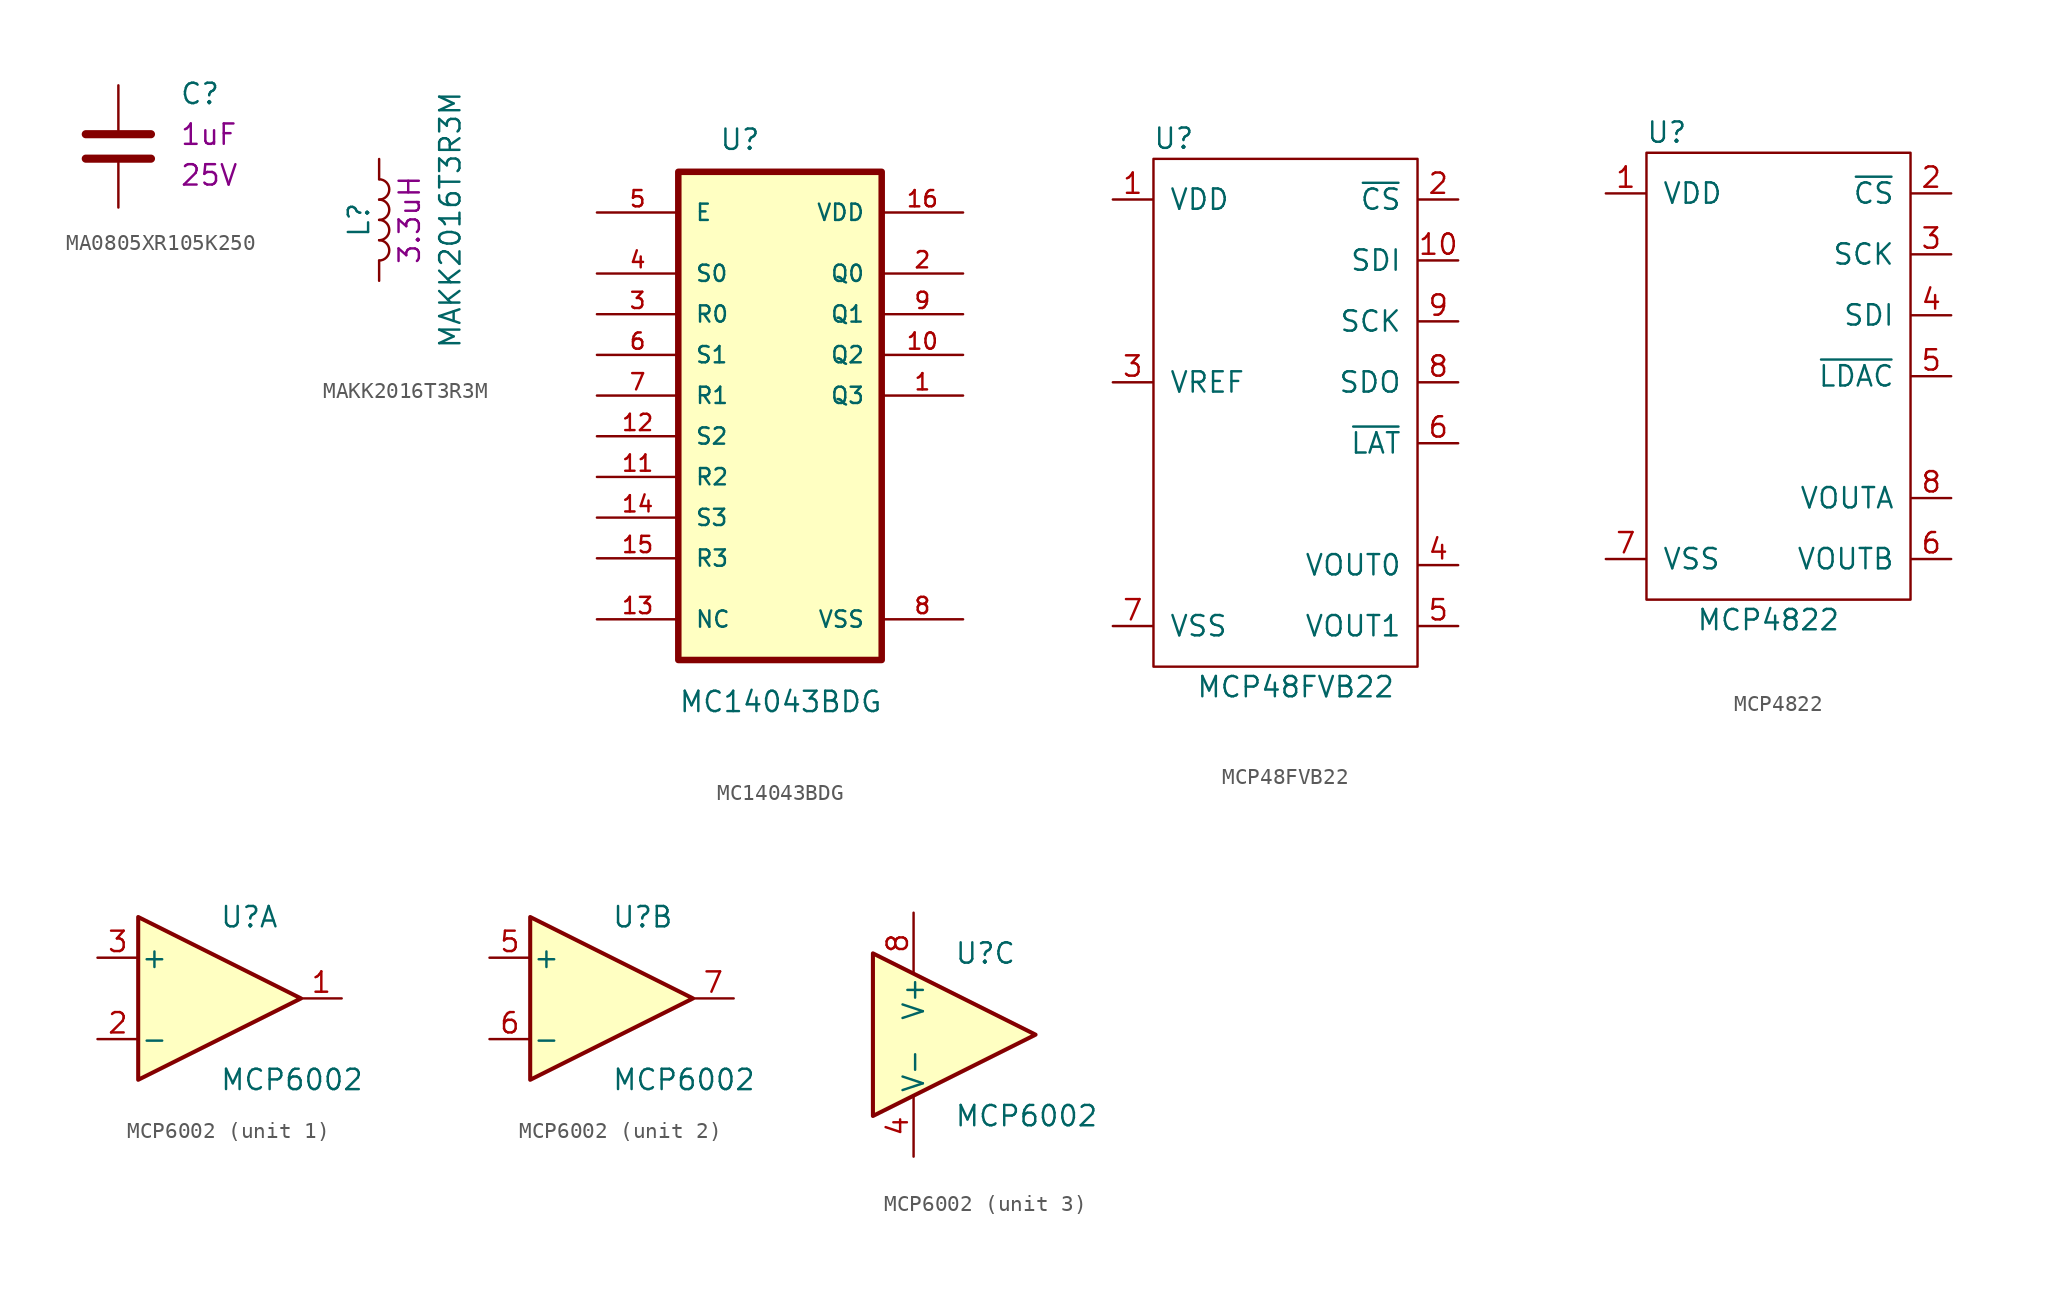
<source format=kicad_sym>
(kicad_symbol_lib
  (version 20210619)
  (generator kicad_symbol_editor)
  (symbol "custom:MA0805XR105K250"
    (pin_numbers hide)
    (pin_names
      (offset 0) hide)
    (property "Reference" "C"
      (at 3.81 2.54 0)
      (effects (font (size 1.27 1.27)) (justify left bottom)))
    (property "Capacitance" "1uF"
      (at 3.81 0 0)
      (effects (font (size 1.27 1.27)) (justify left bottom)))
    (property "Rating" "25V"
      (at 3.81 -2.54 0)
      (effects (font (size 1.27 1.27)) (justify left bottom)))
    (symbol "MA0805XR105K250_0_1"
      (polyline (pts (xy -2.032 -0.762) (xy 2.032 -0.762)) (stroke (width 0.508)) (fill (type none)))
      (polyline (pts (xy -2.032 0.762) (xy 2.032 0.762)) (stroke (width 0.508)) (fill (type none))))
    (symbol "MA0805XR105K250_1_1"
      (pin passive line (at 0 3.81 270) (length 2.794) (name "~" (effects (font (size 1.27 1.27)))) (number "1" (effects (font (size 1.27 1.27)))))
      (pin passive line (at 0 -3.81 90) (length 2.794) (name "~" (effects (font (size 1.27 1.27)))) (number "2" (effects (font (size 1.27 1.27)))))))
  (symbol "custom:MAKK2016T3R3M"
    (pin_numbers hide)
    (pin_names
      (offset 1.016) hide)
    (property "Reference" "L"
      (at -1.27 0 90)
      (effects (font (size 1.27 1.27))))
    (property "Value" "MAKK2016T3R3M"
      (at 4.445 0 90)
      (effects (font (size 1.27 1.27))))
    (property "INDUCTANCE" "3.3uH"
      (at 1.905 0 90)
      (effects (font (size 1.27 1.27))))
    (symbol "MAKK2016T3R3M_0_1"
      (arc (start 0 -2.54) (end 0 -1.27) (radius (at 0 -1.905) (length 0.635) (angles -89.9 89.9)) (stroke (width 0)) (fill (type none)))
      (arc (start 0 -1.27) (end 0 0) (radius (at 0 -0.635) (length 0.635) (angles -89.9 89.9)) (stroke (width 0)) (fill (type none)))
      (arc (start 0 0) (end 0 1.27) (radius (at 0 0.635) (length 0.635) (angles -89.9 89.9)) (stroke (width 0)) (fill (type none)))
      (arc (start 0 1.27) (end 0 2.54) (radius (at 0 1.905) (length 0.635) (angles -89.9 89.9)) (stroke (width 0)) (fill (type none))))
    (symbol "MAKK2016T3R3M_1_1"
      (pin passive line (at 0 3.81 270) (length 1.27) (name "1" (effects (font (size 1.27 1.27)))) (number "1" (effects (font (size 1.27 1.27)))))
      (pin passive line (at 0 -3.81 90) (length 1.27) (name "2" (effects (font (size 1.27 1.27)))) (number "2" (effects (font (size 1.27 1.27)))))))
  (symbol "custom:MC14043BDG"
    (pin_names
      (offset 1.016))
    (property "Reference" "U"
      (at -3.81 16.51 0)
      (effects (font (size 1.27 1.27)) (justify left bottom)))
    (property "Value" "MC14043BDG"
      (at -6.35 -18.593 0)
      (effects (font (size 1.27 1.27)) (justify left bottom)))
    (symbol "MC14043BDG_0_0"
      (rectangle (start -6.35 -15.24) (end 6.35 15.24) (stroke (width 0.406)) (fill (type background)))
      (pin output line (at 11.43 1.27 180) (length 5.08) (name "Q3" (effects (font (size 1.016 1.016)))) (number "1" (effects (font (size 1.016 1.016)))))
      (pin output line (at 11.43 3.81 180) (length 5.08) (name "Q2" (effects (font (size 1.016 1.016)))) (number "10" (effects (font (size 1.016 1.016)))))
      (pin input line (at -11.43 -3.81 0) (length 5.08) (name "R2" (effects (font (size 1.016 1.016)))) (number "11" (effects (font (size 1.016 1.016)))))
      (pin input line (at -11.43 -1.27 0) (length 5.08) (name "S2" (effects (font (size 1.016 1.016)))) (number "12" (effects (font (size 1.016 1.016)))))
      (pin bidirectional line (at -11.43 -12.7 0) (length 5.08) (name "NC" (effects (font (size 1.016 1.016)))) (number "13" (effects (font (size 1.016 1.016)))))
      (pin input line (at -11.43 -6.35 0) (length 5.08) (name "S3" (effects (font (size 1.016 1.016)))) (number "14" (effects (font (size 1.016 1.016)))))
      (pin input line (at -11.43 -8.89 0) (length 5.08) (name "R3" (effects (font (size 1.016 1.016)))) (number "15" (effects (font (size 1.016 1.016)))))
      (pin power_in line (at 11.43 12.7 180) (length 5.08) (name "VDD" (effects (font (size 1.016 1.016)))) (number "16" (effects (font (size 1.016 1.016)))))
      (pin output line (at 11.43 8.89 180) (length 5.08) (name "Q0" (effects (font (size 1.016 1.016)))) (number "2" (effects (font (size 1.016 1.016)))))
      (pin input line (at -11.43 6.35 0) (length 5.08) (name "R0" (effects (font (size 1.016 1.016)))) (number "3" (effects (font (size 1.016 1.016)))))
      (pin input line (at -11.43 8.89 0) (length 5.08) (name "S0" (effects (font (size 1.016 1.016)))) (number "4" (effects (font (size 1.016 1.016)))))
      (pin input line (at -11.43 12.7 0) (length 5.08) (name "E" (effects (font (size 1.016 1.016)))) (number "5" (effects (font (size 1.016 1.016)))))
      (pin input line (at -11.43 3.81 0) (length 5.08) (name "S1" (effects (font (size 1.016 1.016)))) (number "6" (effects (font (size 1.016 1.016)))))
      (pin input line (at -11.43 1.27 0) (length 5.08) (name "R1" (effects (font (size 1.016 1.016)))) (number "7" (effects (font (size 1.016 1.016)))))
      (pin power_in line (at 11.43 -12.7 180) (length 5.08) (name "VSS" (effects (font (size 1.016 1.016)))) (number "8" (effects (font (size 1.016 1.016)))))
      (pin output line (at 11.43 6.35 180) (length 5.08) (name "Q1" (effects (font (size 1.016 1.016)))) (number "9" (effects (font (size 1.016 1.016)))))))
  (symbol "custom:MCP48FVB22"
    (pin_names
      (offset 1.016))
    (property "Reference" "U"
      (at -7.62 15.24 0)
      (effects (font (size 1.27 1.27))))
    (property "Value" "MCP48FVB22"
      (at 0 -19.05 0)
      (effects (font (size 1.27 1.27))))
    (symbol "MCP48FVB22_0_1"
      (rectangle (start -8.89 13.97) (end 7.62 -17.78) (stroke (width 0)) (fill (type none))))
    (symbol "MCP48FVB22_1_1"
      (pin power_in line (at -11.43 11.43 0) (length 2.489) (name "VDD" (effects (font (size 1.27 1.27)))) (number "1" (effects (font (size 1.27 1.27)))))
      (pin input line (at 10.16 7.62 180) (length 2.489) (name "SDI" (effects (font (size 1.27 1.27)))) (number "10" (effects (font (size 1.27 1.27)))))
      (pin input line (at 10.16 11.43 180) (length 2.489) (name "~{CS}" (effects (font (size 1.27 1.27)))) (number "2" (effects (font (size 1.27 1.27)))))
      (pin bidirectional line (at -11.43 0 0) (length 2.489) (name "VREF" (effects (font (size 1.27 1.27)))) (number "3" (effects (font (size 1.27 1.27)))))
      (pin output line (at 10.16 -11.43 180) (length 2.489) (name "VOUT0" (effects (font (size 1.27 1.27)))) (number "4" (effects (font (size 1.27 1.27)))))
      (pin output line (at 10.16 -15.24 180) (length 2.489) (name "VOUT1" (effects (font (size 1.27 1.27)))) (number "5" (effects (font (size 1.27 1.27)))))
      (pin input line (at 10.16 -3.81 180) (length 2.489) (name "~{LAT}" (effects (font (size 1.27 1.27)))) (number "6" (effects (font (size 1.27 1.27)))))
      (pin power_in line (at -11.43 -15.24 0) (length 2.489) (name "VSS" (effects (font (size 1.27 1.27)))) (number "7" (effects (font (size 1.27 1.27)))))
      (pin output line (at 10.16 0 180) (length 2.489) (name "SDO" (effects (font (size 1.27 1.27)))) (number "8" (effects (font (size 1.27 1.27)))))
      (pin input line (at 10.16 3.81 180) (length 2.489) (name "SCK" (effects (font (size 1.27 1.27)))) (number "9" (effects (font (size 1.27 1.27)))))))
  (symbol "custom:MCP4822"
    (pin_names
      (offset 1.016))
    (property "Reference" "U"
      (at -6.35 16.51 0)
      (effects (font (size 1.27 1.27))))
    (property "Value" "MCP4822"
      (at 0 -13.97 0)
      (effects (font (size 1.27 1.27))))
    (symbol "MCP4822_0_1"
      (rectangle (start -7.62 15.24) (end 8.89 -12.7) (stroke (width 0)) (fill (type none))))
    (symbol "MCP4822_1_1"
      (pin power_in line (at -10.16 12.7 0) (length 2.489) (name "VDD" (effects (font (size 1.27 1.27)))) (number "1" (effects (font (size 1.27 1.27)))))
      (pin input line (at 11.43 12.7 180) (length 2.489) (name "~{CS}" (effects (font (size 1.27 1.27)))) (number "2" (effects (font (size 1.27 1.27)))))
      (pin input line (at 11.43 8.89 180) (length 2.489) (name "SCK" (effects (font (size 1.27 1.27)))) (number "3" (effects (font (size 1.27 1.27)))))
      (pin input line (at 11.43 5.08 180) (length 2.489) (name "SDI" (effects (font (size 1.27 1.27)))) (number "4" (effects (font (size 1.27 1.27)))))
      (pin input line (at 11.43 1.27 180) (length 2.489) (name "~{LDAC}" (effects (font (size 1.27 1.27)))) (number "5" (effects (font (size 1.27 1.27)))))
      (pin output line (at 11.43 -10.16 180) (length 2.489) (name "VOUTB" (effects (font (size 1.27 1.27)))) (number "6" (effects (font (size 1.27 1.27)))))
      (pin power_in line (at -10.16 -10.16 0) (length 2.489) (name "VSS" (effects (font (size 1.27 1.27)))) (number "7" (effects (font (size 1.27 1.27)))))
      (pin output line (at 11.43 -6.35 180) (length 2.489) (name "VOUTA" (effects (font (size 1.27 1.27)))) (number "8" (effects (font (size 1.27 1.27)))))))
  (symbol "custom:MCP6002"
    (pin_names
      (offset 0.127))
    (property "Reference" "U"
      (at 0 5.08 0)
      (effects (font (size 1.27 1.27)) (justify left)))
    (property "Value" "MCP6002"
      (at 0 -5.08 0)
      (effects (font (size 1.27 1.27)) (justify left)))
    (property "ki_locked" ""
      (at 0 0 0)
      (effects (font (size 1.27 1.27))))
    (symbol "MCP6002_1_1"
      (polyline (pts (xy -5.08 5.08) (xy 5.08 0) (xy -5.08 -5.08) (xy -5.08 5.08)) (stroke (width 0.254)) (fill (type background)))
      (pin output line (at 7.62 0 180) (length 2.54) (name "~" (effects (font (size 1.27 1.27)))) (number "1" (effects (font (size 1.27 1.27)))))
      (pin input line (at -7.62 -2.54 0) (length 2.54) (name "-" (effects (font (size 1.27 1.27)))) (number "2" (effects (font (size 1.27 1.27)))))
      (pin input line (at -7.62 2.54 0) (length 2.54) (name "+" (effects (font (size 1.27 1.27)))) (number "3" (effects (font (size 1.27 1.27))))))
    (symbol "MCP6002_2_1"
      (polyline (pts (xy -5.08 5.08) (xy 5.08 0) (xy -5.08 -5.08) (xy -5.08 5.08)) (stroke (width 0.254)) (fill (type background)))
      (pin input line (at -7.62 2.54 0) (length 2.54) (name "+" (effects (font (size 1.27 1.27)))) (number "5" (effects (font (size 1.27 1.27)))))
      (pin input line (at -7.62 -2.54 0) (length 2.54) (name "-" (effects (font (size 1.27 1.27)))) (number "6" (effects (font (size 1.27 1.27)))))
      (pin output line (at 7.62 0 180) (length 2.54) (name "~" (effects (font (size 1.27 1.27)))) (number "7" (effects (font (size 1.27 1.27))))))
    (symbol "MCP6002_3_1"
      (polyline (pts (xy -5.08 5.08) (xy 5.08 0) (xy -5.08 -5.08) (xy -5.08 5.08)) (stroke (width 0.254)) (fill (type background)))
      (pin power_in line (at -2.54 -7.62 90) (length 3.81) (name "V-" (effects (font (size 1.27 1.27)))) (number "4" (effects (font (size 1.27 1.27)))))
      (pin power_in line (at -2.54 7.62 270) (length 3.81) (name "V+" (effects (font (size 1.27 1.27)))) (number "8" (effects (font (size 1.27 1.27))))))))
</source>
